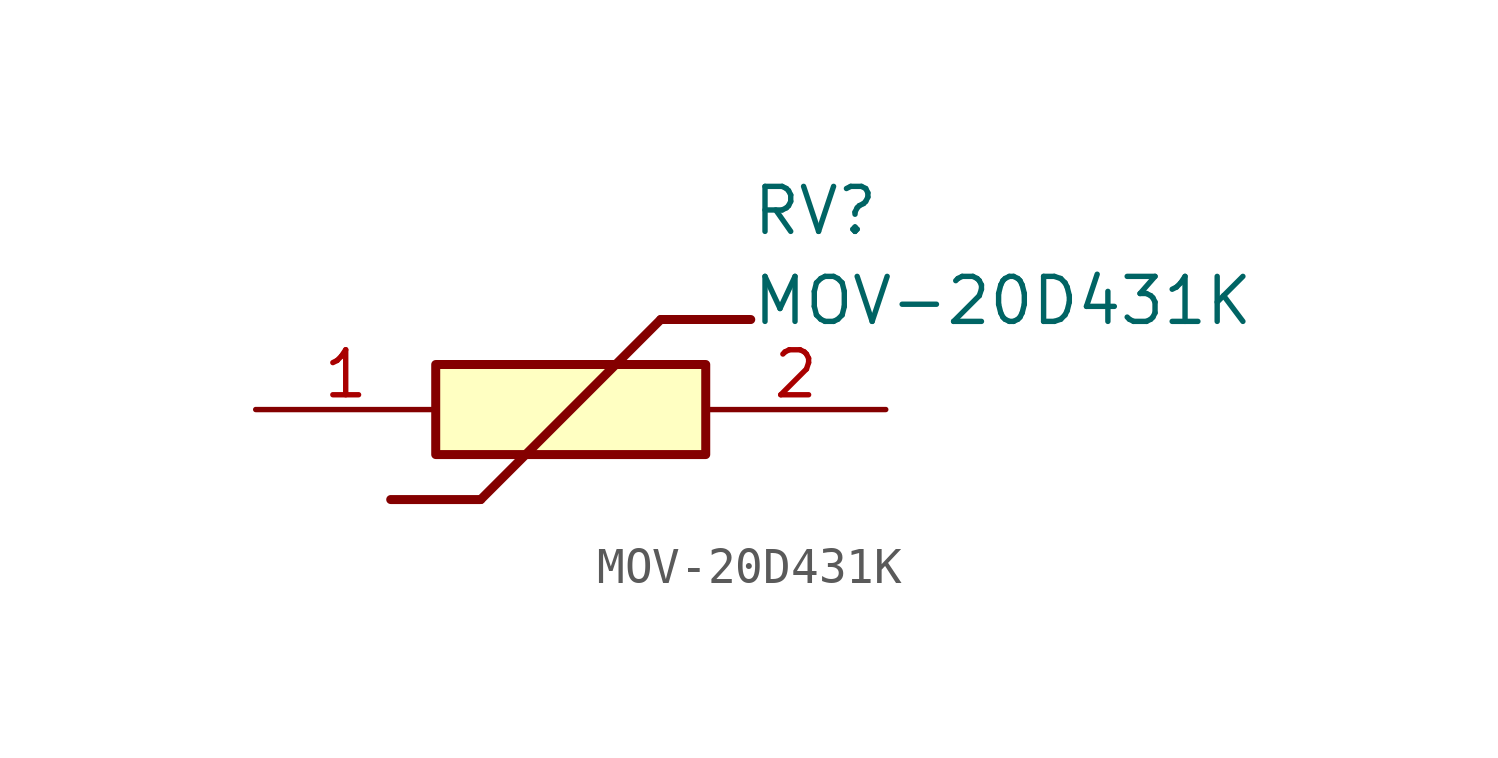
<source format=kicad_sym>
(kicad_symbol_lib
  (version 20211014)
  (generator SamacSys_ECAD_Model)
  (symbol "MOV-20D431K"
    (pin_names hide)
    (property "Reference" "RV"
      (at 13.97 6.35 0)
      (effects (font (size 1.27 1.27)) (justify left top)))
    (property "Value" "MOV-20D431K"
      (at 13.97 3.81 0)
      (effects (font (size 1.27 1.27)) (justify left top)))
    (rectangle
      (start 5.08 1.27)
      (end 12.7 -1.27)
      (stroke (width 0.254) (type default))
      (fill (type background)))
    (polyline
      (pts (xy 3.81 -2.54) (xy 6.35 -2.54))
      (stroke (width 0.254) (type default))
      (fill (type none)))
    (polyline
      (pts (xy 11.43 2.54) (xy 6.35 -2.54))
      (stroke (width 0.254) (type default))
      (fill (type none)))
    (polyline
      (pts (xy 11.43 2.54) (xy 13.97 2.54))
      (stroke (width 0.254) (type default))
      (fill (type none)))
    (pin passive line
      (at 0 0 0)
      (length 5.08)
      (name "1" (effects (font (size 1.27 1.27))))
      (number "1" (effects (font (size 1.27 1.27)))))
    (pin passive line
      (at 17.78 0 180)
      (length 5.08)
      (name "2" (effects (font (size 1.27 1.27))))
      (number "2" (effects (font (size 1.27 1.27)))))))
</source>
